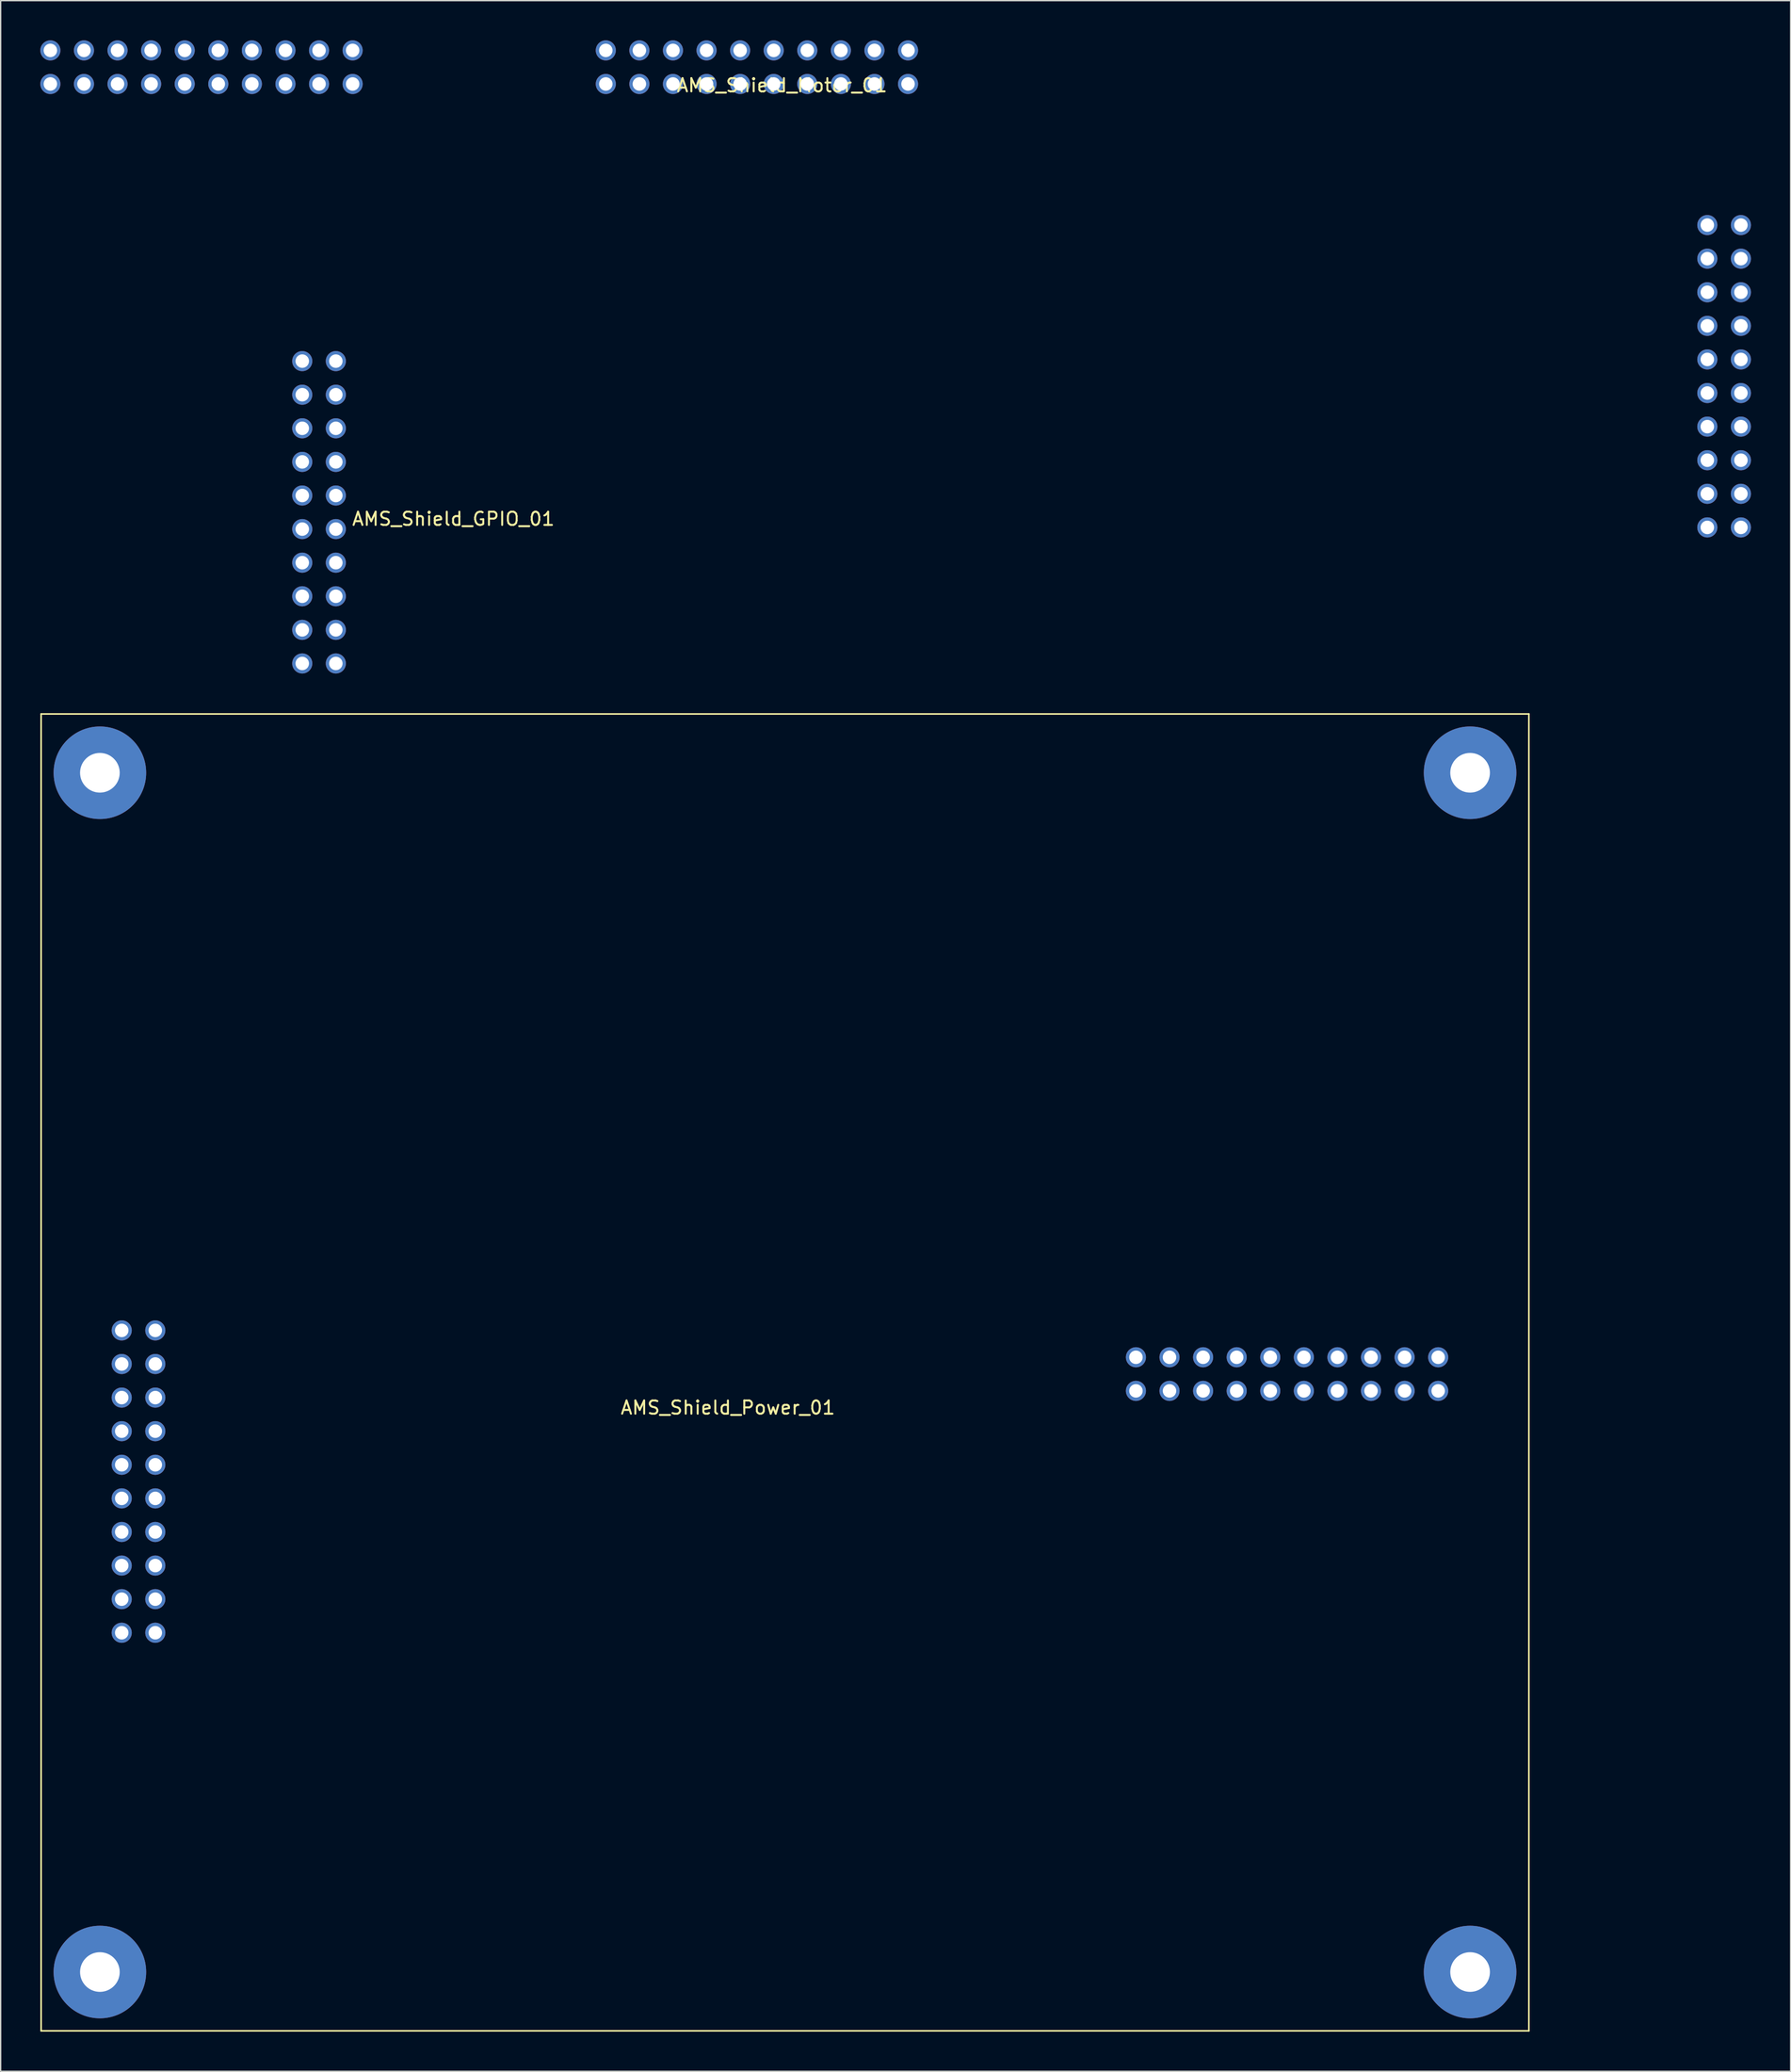
<source format=kicad_pcb>
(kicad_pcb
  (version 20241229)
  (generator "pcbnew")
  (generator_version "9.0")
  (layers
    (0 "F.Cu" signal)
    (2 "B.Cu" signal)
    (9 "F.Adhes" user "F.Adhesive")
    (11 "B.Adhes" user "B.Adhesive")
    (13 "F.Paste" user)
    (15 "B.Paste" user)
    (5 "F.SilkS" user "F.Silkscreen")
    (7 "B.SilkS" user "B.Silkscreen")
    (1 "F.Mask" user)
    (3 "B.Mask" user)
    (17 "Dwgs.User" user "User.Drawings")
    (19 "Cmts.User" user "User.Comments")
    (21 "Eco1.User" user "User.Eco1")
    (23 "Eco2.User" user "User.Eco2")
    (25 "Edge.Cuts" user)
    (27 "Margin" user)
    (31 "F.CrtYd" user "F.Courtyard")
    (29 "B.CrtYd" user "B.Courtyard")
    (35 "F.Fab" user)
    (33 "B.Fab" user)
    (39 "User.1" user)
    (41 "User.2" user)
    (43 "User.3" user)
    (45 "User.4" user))
  (footprint "AMS_Shield_Motor_01"
    (layer "F.Cu")
    (at 54.198 2.03)
    (property "Reference" "AMS_Shield_Motor_01" (at 1.897 1.373 0) (layer "F.SilkS") (effects (font (size 1 1) (thickness 0.15))))
    (attr through_hole)
    (pad "1" thru_hole circle (at -11.43 -1.27) (size 1.52 1.52) (drill 1.02) (layers "*.Cu" "*.Mask"))
    (pad "1" thru_hole circle (at 71.882 11.938) (size 1.52 1.52) (drill 1.02) (layers "*.Cu" "*.Mask"))
    (pad "2" thru_hole circle (at -11.43 1.27) (size 1.52 1.52) (drill 1.02) (layers "*.Cu" "*.Mask"))
    (pad "2" thru_hole circle (at 71.882 14.478) (size 1.52 1.52) (drill 1.02) (layers "*.Cu" "*.Mask"))
    (pad "3" thru_hole circle (at -8.89 -1.27) (size 1.52 1.52) (drill 1.02) (layers "*.Cu" "*.Mask"))
    (pad "3" thru_hole circle (at 71.882 17.018) (size 1.52 1.52) (drill 1.02) (layers "*.Cu" "*.Mask"))
    (pad "4" thru_hole circle (at -8.89 1.27) (size 1.52 1.52) (drill 1.02) (layers "*.Cu" "*.Mask"))
    (pad "4" thru_hole circle (at 71.882 19.558) (size 1.52 1.52) (drill 1.02) (layers "*.Cu" "*.Mask"))
    (pad "5" thru_hole circle (at -6.35 -1.27) (size 1.52 1.52) (drill 1.02) (layers "*.Cu" "*.Mask"))
    (pad "5" thru_hole circle (at 71.882 22.098) (size 1.52 1.52) (drill 1.02) (layers "*.Cu" "*.Mask"))
    (pad "6" thru_hole circle (at -6.35 1.27) (size 1.52 1.52) (drill 1.02) (layers "*.Cu" "*.Mask"))
    (pad "6" thru_hole circle (at 71.882 24.638) (size 1.52 1.52) (drill 1.02) (layers "*.Cu" "*.Mask"))
    (pad "7" thru_hole circle (at -3.81 -1.27) (size 1.52 1.52) (drill 1.02) (layers "*.Cu" "*.Mask"))
    (pad "7" thru_hole circle (at 71.882 27.178) (size 1.52 1.52) (drill 1.02) (layers "*.Cu" "*.Mask"))
    (pad "8" thru_hole circle (at -3.81 1.27) (size 1.52 1.52) (drill 1.02) (layers "*.Cu" "*.Mask"))
    (pad "8" thru_hole circle (at 71.882 29.718) (size 1.52 1.52) (drill 1.02) (layers "*.Cu" "*.Mask"))
    (pad "9" thru_hole circle (at -1.27 -1.27) (size 1.52 1.52) (drill 1.02) (layers "*.Cu" "*.Mask"))
    (pad "9" thru_hole circle (at 71.882 32.258) (size 1.52 1.52) (drill 1.02) (layers "*.Cu" "*.Mask"))
    (pad "10" thru_hole circle (at -1.27 1.27) (size 1.52 1.52) (drill 1.02) (layers "*.Cu" "*.Mask"))
    (pad "10" thru_hole circle (at 71.882 34.798) (size 1.52 1.52) (drill 1.02) (layers "*.Cu" "*.Mask"))
    (pad "11" thru_hole circle (at 1.27 -1.27) (size 1.52 1.52) (drill 1.02) (layers "*.Cu" "*.Mask"))
    (pad "11" thru_hole circle (at 74.422 11.938) (size 1.52 1.52) (drill 1.02) (layers "*.Cu" "*.Mask"))
    (pad "12" thru_hole circle (at 1.27 1.27) (size 1.52 1.52) (drill 1.02) (layers "*.Cu" "*.Mask"))
    (pad "12" thru_hole circle (at 74.422 14.478) (size 1.52 1.52) (drill 1.02) (layers "*.Cu" "*.Mask"))
    (pad "13" thru_hole circle (at 3.81 -1.27) (size 1.52 1.52) (drill 1.02) (layers "*.Cu" "*.Mask"))
    (pad "13" thru_hole circle (at 74.422 17.018) (size 1.52 1.52) (drill 1.02) (layers "*.Cu" "*.Mask"))
    (pad "14" thru_hole circle (at 3.81 1.27) (size 1.52 1.52) (drill 1.02) (layers "*.Cu" "*.Mask"))
    (pad "14" thru_hole circle (at 74.422 19.558) (size 1.52 1.52) (drill 1.02) (layers "*.Cu" "*.Mask"))
    (pad "15" thru_hole circle (at 6.35 -1.27) (size 1.52 1.52) (drill 1.02) (layers "*.Cu" "*.Mask"))
    (pad "15" thru_hole circle (at 74.422 22.098) (size 1.52 1.52) (drill 1.02) (layers "*.Cu" "*.Mask"))
    (pad "16" thru_hole circle (at 6.35 1.27) (size 1.52 1.52) (drill 1.02) (layers "*.Cu" "*.Mask"))
    (pad "16" thru_hole circle (at 74.422 24.638) (size 1.52 1.52) (drill 1.02) (layers "*.Cu" "*.Mask"))
    (pad "17" thru_hole circle (at 8.89 -1.27) (size 1.52 1.52) (drill 1.02) (layers "*.Cu" "*.Mask"))
    (pad "17" thru_hole circle (at 74.422 27.178) (size 1.52 1.52) (drill 1.02) (layers "*.Cu" "*.Mask"))
    (pad "18" thru_hole circle (at 8.89 1.27) (size 1.52 1.52) (drill 1.02) (layers "*.Cu" "*.Mask"))
    (pad "18" thru_hole circle (at 74.422 29.718) (size 1.52 1.52) (drill 1.02) (layers "*.Cu" "*.Mask"))
    (pad "19" thru_hole circle (at 11.43 -1.27) (size 1.52 1.52) (drill 1.02) (layers "*.Cu" "*.Mask"))
    (pad "19" thru_hole circle (at 74.422 32.258) (size 1.52 1.52) (drill 1.02) (layers "*.Cu" "*.Mask"))
    (pad "20" thru_hole circle (at 11.43 1.27) (size 1.52 1.52) (drill 1.02) (layers "*.Cu" "*.Mask"))
    (pad "20" thru_hole circle (at 74.422 34.798) (size 1.52 1.52) (drill 1.02) (layers "*.Cu" "*.Mask")))
  (footprint "AMS_Shield_GPIO_01"
    (layer "F.Cu")
    (at 31.24 35.685)
    (property "Reference" "AMS_Shield_GPIO_01" (at 0 0.5 0) (layer "F.SilkS") (effects (font (size 1 1) (thickness 0.15))))
    (attr through_hole)
    (pad "1" thru_hole circle (at -30.48 -34.925) (size 1.52 1.52) (drill 1.02) (layers "*.Cu" "*.Mask"))
    (pad "1" thru_hole circle (at -11.43 -11.43) (size 1.52 1.52) (drill 1.02) (layers "*.Cu" "*.Mask"))
    (pad "2" thru_hole circle (at -27.94 -34.925) (size 1.52 1.52) (drill 1.02) (layers "*.Cu" "*.Mask"))
    (pad "2" thru_hole circle (at -8.89 -11.43) (size 1.52 1.52) (drill 1.02) (layers "*.Cu" "*.Mask"))
    (pad "3" thru_hole circle (at -25.4 -34.925) (size 1.52 1.52) (drill 1.02) (layers "*.Cu" "*.Mask"))
    (pad "3" thru_hole circle (at -11.43 -8.89) (size 1.52 1.52) (drill 1.02) (layers "*.Cu" "*.Mask"))
    (pad "4" thru_hole circle (at -22.86 -34.925) (size 1.52 1.52) (drill 1.02) (layers "*.Cu" "*.Mask"))
    (pad "4" thru_hole circle (at -8.89 -8.89) (size 1.52 1.52) (drill 1.02) (layers "*.Cu" "*.Mask"))
    (pad "5" thru_hole circle (at -20.32 -34.925) (size 1.52 1.52) (drill 1.02) (layers "*.Cu" "*.Mask"))
    (pad "5" thru_hole circle (at -11.43 -6.35) (size 1.52 1.52) (drill 1.02) (layers "*.Cu" "*.Mask"))
    (pad "6" thru_hole circle (at -17.78 -34.925) (size 1.52 1.52) (drill 1.02) (layers "*.Cu" "*.Mask"))
    (pad "6" thru_hole circle (at -8.89 -6.35) (size 1.52 1.52) (drill 1.02) (layers "*.Cu" "*.Mask"))
    (pad "7" thru_hole circle (at -15.24 -34.925) (size 1.52 1.52) (drill 1.02) (layers "*.Cu" "*.Mask"))
    (pad "7" thru_hole circle (at -11.43 -3.81) (size 1.52 1.52) (drill 1.02) (layers "*.Cu" "*.Mask"))
    (pad "8" thru_hole circle (at -12.7 -34.925) (size 1.52 1.52) (drill 1.02) (layers "*.Cu" "*.Mask"))
    (pad "8" thru_hole circle (at -8.89 -3.81) (size 1.52 1.52) (drill 1.02) (layers "*.Cu" "*.Mask"))
    (pad "9" thru_hole circle (at -11.43 -1.27) (size 1.52 1.52) (drill 1.02) (layers "*.Cu" "*.Mask"))
    (pad "9" thru_hole circle (at -10.16 -34.925) (size 1.52 1.52) (drill 1.02) (layers "*.Cu" "*.Mask"))
    (pad "10" thru_hole circle (at -8.89 -1.27) (size 1.52 1.52) (drill 1.02) (layers "*.Cu" "*.Mask"))
    (pad "10" thru_hole circle (at -7.62 -34.925) (size 1.52 1.52) (drill 1.02) (layers "*.Cu" "*.Mask"))
    (pad "11" thru_hole circle (at -30.48 -32.385) (size 1.52 1.52) (drill 1.02) (layers "*.Cu" "*.Mask"))
    (pad "11" thru_hole circle (at -11.43 1.27) (size 1.52 1.52) (drill 1.02) (layers "*.Cu" "*.Mask"))
    (pad "12" thru_hole circle (at -27.94 -32.385) (size 1.52 1.52) (drill 1.02) (layers "*.Cu" "*.Mask"))
    (pad "12" thru_hole circle (at -8.89 1.27) (size 1.52 1.52) (drill 1.02) (layers "*.Cu" "*.Mask"))
    (pad "13" thru_hole circle (at -25.4 -32.385) (size 1.52 1.52) (drill 1.02) (layers "*.Cu" "*.Mask"))
    (pad "13" thru_hole circle (at -11.43 3.81) (size 1.52 1.52) (drill 1.02) (layers "*.Cu" "*.Mask"))
    (pad "14" thru_hole circle (at -22.86 -32.385) (size 1.52 1.52) (drill 1.02) (layers "*.Cu" "*.Mask"))
    (pad "14" thru_hole circle (at -8.89 3.81) (size 1.52 1.52) (drill 1.02) (layers "*.Cu" "*.Mask"))
    (pad "15" thru_hole circle (at -20.32 -32.385) (size 1.52 1.52) (drill 1.02) (layers "*.Cu" "*.Mask"))
    (pad "15" thru_hole circle (at -11.43 6.35) (size 1.52 1.52) (drill 1.02) (layers "*.Cu" "*.Mask"))
    (pad "16" thru_hole circle (at -17.78 -32.385) (size 1.52 1.52) (drill 1.02) (layers "*.Cu" "*.Mask"))
    (pad "16" thru_hole circle (at -8.89 6.35) (size 1.52 1.52) (drill 1.02) (layers "*.Cu" "*.Mask"))
    (pad "17" thru_hole circle (at -15.24 -32.385) (size 1.52 1.52) (drill 1.02) (layers "*.Cu" "*.Mask"))
    (pad "17" thru_hole circle (at -11.43 8.89) (size 1.52 1.52) (drill 1.02) (layers "*.Cu" "*.Mask"))
    (pad "18" thru_hole circle (at -12.7 -32.385) (size 1.52 1.52) (drill 1.02) (layers "*.Cu" "*.Mask"))
    (pad "18" thru_hole circle (at -8.89 8.89) (size 1.52 1.52) (drill 1.02) (layers "*.Cu" "*.Mask"))
    (pad "19" thru_hole circle (at -11.43 11.43) (size 1.52 1.52) (drill 1.02) (layers "*.Cu" "*.Mask"))
    (pad "19" thru_hole circle (at -10.16 -32.385) (size 1.52 1.52) (drill 1.02) (layers "*.Cu" "*.Mask"))
    (pad "20" thru_hole circle (at -8.89 11.43) (size 1.52 1.52) (drill 1.02) (layers "*.Cu" "*.Mask"))
    (pad "20" thru_hole circle (at -7.62 -32.385) (size 1.52 1.52) (drill 1.02) (layers "*.Cu" "*.Mask")))
  (footprint "AMS_Shield_Power_01"
    (layer "F.Cu")
    (at 51.622 100.846)
    (property "Reference" "AMS_Shield_Power_01" (at 0.381 2.54 0) (layer "F.SilkS") (effects (font (size 1 1) (thickness 0.15))))
    (attr through_hole)
    (fp_line (start -51.562 -49.911) (end 60.96 -49.911) (stroke (width 0.12) (type solid)) (layer "F.SilkS"))
    (fp_line (start -51.562 49.657) (end -51.562 -49.911) (stroke (width 0.12) (type solid)) (layer "F.SilkS"))
    (fp_line (start 60.96 -49.911) (end 60.96 49.657) (stroke (width 0.12) (type solid)) (layer "F.SilkS"))
    (fp_line (start 60.96 49.657) (end -51.562 49.657) (stroke (width 0.12) (type solid)) (layer "F.SilkS"))
    (pad "1" thru_hole circle (at -45.466 -3.302 90) (size 1.52 1.52) (drill 1.02) (layers "*.Cu" "*.Mask"))
    (pad "2" thru_hole circle (at -42.926 -3.302 90) (size 1.52 1.52) (drill 1.02) (layers "*.Cu" "*.Mask"))
    (pad "3" thru_hole circle (at -45.466 -0.762 90) (size 1.52 1.52) (drill 1.02) (layers "*.Cu" "*.Mask"))
    (pad "4" thru_hole circle (at -42.926 -0.762 90) (size 1.52 1.52) (drill 1.02) (layers "*.Cu" "*.Mask"))
    (pad "5" thru_hole circle (at -45.466 1.778 90) (size 1.52 1.52) (drill 1.02) (layers "*.Cu" "*.Mask"))
    (pad "6" thru_hole circle (at -42.926 1.778 90) (size 1.52 1.52) (drill 1.02) (layers "*.Cu" "*.Mask"))
    (pad "7" thru_hole circle (at -45.466 4.318 90) (size 1.52 1.52) (drill 1.02) (layers "*.Cu" "*.Mask"))
    (pad "8" thru_hole circle (at -42.926 4.318 90) (size 1.52 1.52) (drill 1.02) (layers "*.Cu" "*.Mask"))
    (pad "9" thru_hole circle (at -45.466 6.858 90) (size 1.52 1.52) (drill 1.02) (layers "*.Cu" "*.Mask"))
    (pad "10" thru_hole circle (at -42.926 6.858 90) (size 1.52 1.52) (drill 1.02) (layers "*.Cu" "*.Mask"))
    (pad "11" thru_hole circle (at -45.466 9.398 90) (size 1.52 1.52) (drill 1.02) (layers "*.Cu" "*.Mask"))
    (pad "12" thru_hole circle (at -42.926 9.398 90) (size 1.52 1.52) (drill 1.02) (layers "*.Cu" "*.Mask"))
    (pad "13" thru_hole circle (at -45.466 11.938 90) (size 1.52 1.52) (drill 1.02) (layers "*.Cu" "*.Mask"))
    (pad "14" thru_hole circle (at -42.926 11.938 90) (size 1.52 1.52) (drill 1.02) (layers "*.Cu" "*.Mask"))
    (pad "15" thru_hole circle (at -45.466 14.478 90) (size 1.52 1.52) (drill 1.02) (layers "*.Cu" "*.Mask"))
    (pad "16" thru_hole circle (at -42.926 14.478 90) (size 1.52 1.52) (drill 1.02) (layers "*.Cu" "*.Mask"))
    (pad "17" thru_hole circle (at -45.466 17.018 90) (size 1.52 1.52) (drill 1.02) (layers "*.Cu" "*.Mask"))
    (pad "18" thru_hole circle (at -42.926 17.018 90) (size 1.52 1.52) (drill 1.02) (layers "*.Cu" "*.Mask"))
    (pad "19" thru_hole circle (at -45.466 19.558 90) (size 1.52 1.52) (drill 1.02) (layers "*.Cu" "*.Mask"))
    (pad "20" thru_hole circle (at -42.926 19.558 90) (size 1.52 1.52) (drill 1.02) (layers "*.Cu" "*.Mask"))
    (pad "21" thru_hole circle (at 31.242 -1.27 90) (size 1.52 1.52) (drill 1.02) (layers "*.Cu" "*.Mask"))
    (pad "22" thru_hole circle (at 31.242 1.27 90) (size 1.52 1.52) (drill 1.02) (layers "*.Cu" "*.Mask"))
    (pad "23" thru_hole circle (at 33.782 -1.27 90) (size 1.52 1.52) (drill 1.02) (layers "*.Cu" "*.Mask"))
    (pad "24" thru_hole circle (at 33.782 1.27 90) (size 1.52 1.52) (drill 1.02) (layers "*.Cu" "*.Mask"))
    (pad "25" thru_hole circle (at 36.322 -1.27 90) (size 1.52 1.52) (drill 1.02) (layers "*.Cu" "*.Mask"))
    (pad "26" thru_hole circle (at 36.322 1.27 90) (size 1.52 1.52) (drill 1.02) (layers "*.Cu" "*.Mask"))
    (pad "27" thru_hole circle (at 38.862 -1.27 90) (size 1.52 1.52) (drill 1.02) (layers "*.Cu" "*.Mask"))
    (pad "28" thru_hole circle (at 38.862 1.27 90) (size 1.52 1.52) (drill 1.02) (layers "*.Cu" "*.Mask"))
    (pad "29" thru_hole circle (at 41.402 -1.27 90) (size 1.52 1.52) (drill 1.02) (layers "*.Cu" "*.Mask"))
    (pad "30" thru_hole circle (at 41.402 1.27 90) (size 1.52 1.52) (drill 1.02) (layers "*.Cu" "*.Mask"))
    (pad "31" thru_hole circle (at 43.942 -1.27 90) (size 1.52 1.52) (drill 1.02) (layers "*.Cu" "*.Mask"))
    (pad "32" thru_hole circle (at 43.942 1.27 90) (size 1.52 1.52) (drill 1.02) (layers "*.Cu" "*.Mask"))
    (pad "33" thru_hole circle (at 46.482 -1.27 90) (size 1.52 1.52) (drill 1.02) (layers "*.Cu" "*.Mask"))
    (pad "34" thru_hole circle (at 46.482 1.27 90) (size 1.52 1.52) (drill 1.02) (layers "*.Cu" "*.Mask"))
    (pad "35" thru_hole circle (at 49.022 -1.27 90) (size 1.52 1.52) (drill 1.02) (layers "*.Cu" "*.Mask"))
    (pad "36" thru_hole circle (at 49.022 1.27 90) (size 1.52 1.52) (drill 1.02) (layers "*.Cu" "*.Mask"))
    (pad "37" thru_hole circle (at 51.562 -1.27 90) (size 1.52 1.52) (drill 1.02) (layers "*.Cu" "*.Mask"))
    (pad "38" thru_hole circle (at 51.562 1.27 90) (size 1.52 1.52) (drill 1.02) (layers "*.Cu" "*.Mask"))
    (pad "39" thru_hole circle (at 54.102 -1.27 90) (size 1.52 1.52) (drill 1.02) (layers "*.Cu" "*.Mask"))
    (pad "40" thru_hole circle (at 54.102 1.27 90) (size 1.52 1.52) (drill 1.02) (layers "*.Cu" "*.Mask"))
    (pad "41" thru_hole circle (at -47.117 -45.466 90) (size 7 7) (drill 3) (layers "*.Cu" "*.Mask"))
    (pad "41" thru_hole circle (at -47.117 45.212 90) (size 7 7) (drill 3) (layers "*.Cu" "*.Mask"))
    (pad "41" thru_hole circle (at 56.515 -45.466 90) (size 7 7) (drill 3) (layers "*.Cu" "*.Mask"))
    (pad "41" thru_hole circle (at 56.515 45.212 90) (size 7 7) (drill 3) (layers "*.Cu" "*.Mask")))
  (gr_rect
    (start -3 -3)
    (end 132.38 153.563)
    (stroke (width 0.1) (type default))
    (fill no)
    (layer "Edge.Cuts")))
</source>
